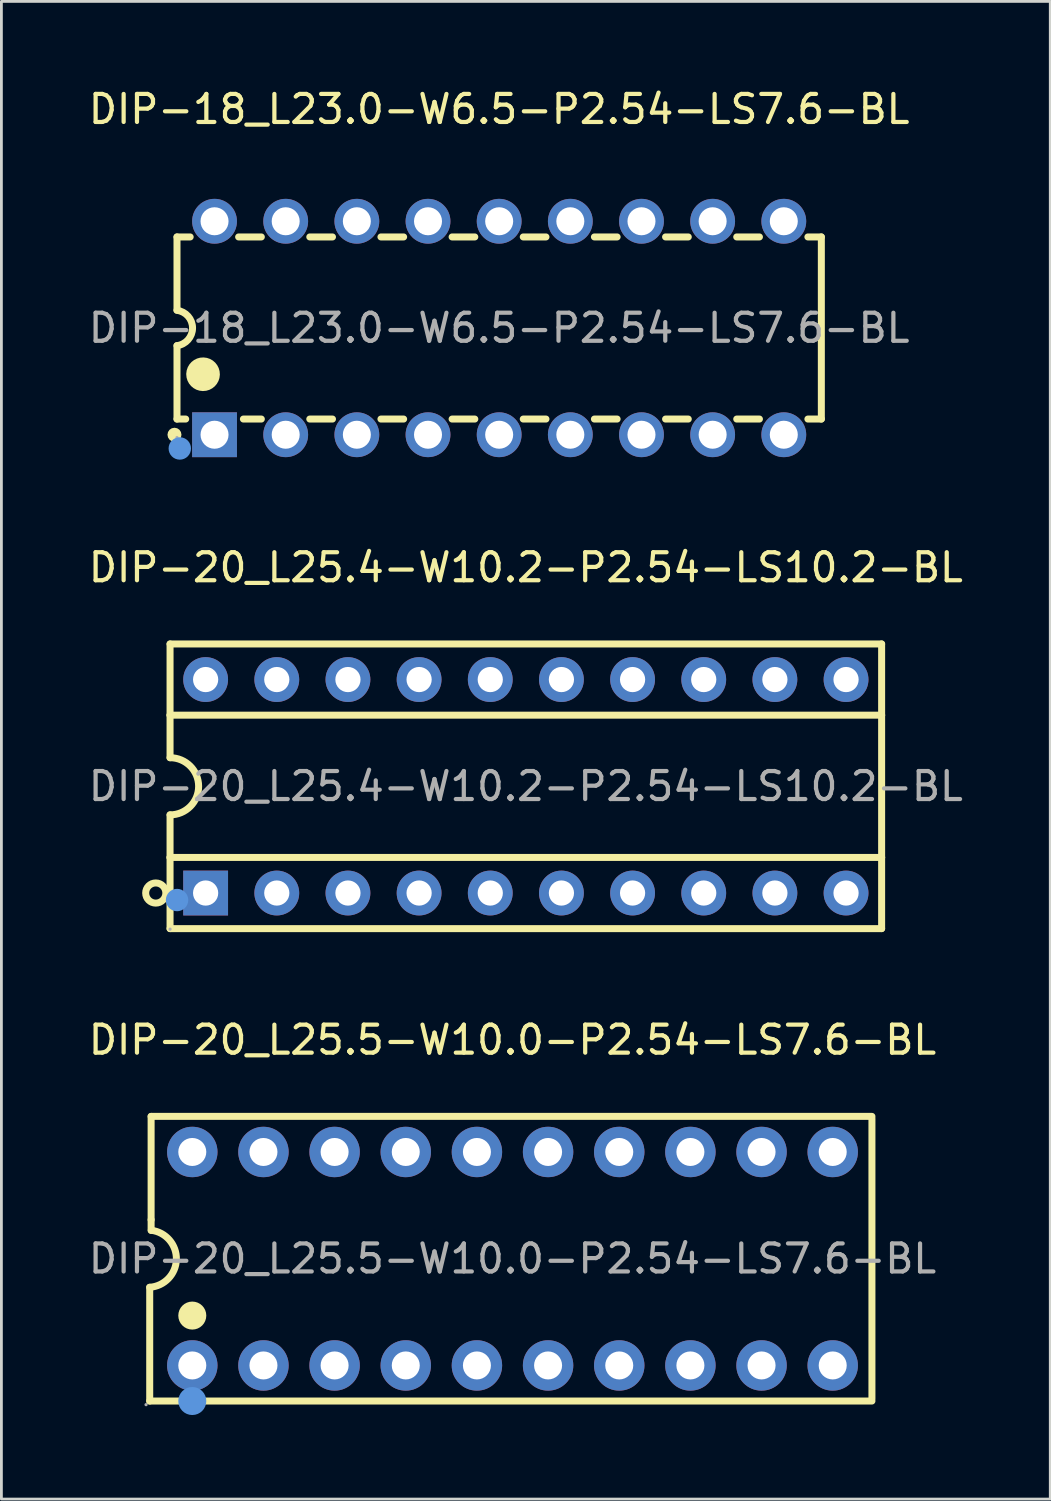
<source format=kicad_pcb>
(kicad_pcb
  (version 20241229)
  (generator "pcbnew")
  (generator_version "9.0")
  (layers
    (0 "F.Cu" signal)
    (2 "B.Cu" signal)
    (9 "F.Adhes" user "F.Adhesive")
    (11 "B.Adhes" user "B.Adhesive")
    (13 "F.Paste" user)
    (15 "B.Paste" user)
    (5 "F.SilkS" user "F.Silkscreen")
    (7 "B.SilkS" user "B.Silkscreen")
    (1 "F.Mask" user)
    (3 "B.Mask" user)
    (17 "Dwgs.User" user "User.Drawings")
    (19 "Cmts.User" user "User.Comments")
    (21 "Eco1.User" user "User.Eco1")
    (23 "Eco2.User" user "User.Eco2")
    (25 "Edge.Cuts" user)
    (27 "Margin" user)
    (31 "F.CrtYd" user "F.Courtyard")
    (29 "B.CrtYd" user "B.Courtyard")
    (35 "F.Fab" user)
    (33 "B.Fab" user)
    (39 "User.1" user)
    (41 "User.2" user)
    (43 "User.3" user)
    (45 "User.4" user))
  (footprint "DIP-20_L25.5-W10.0-P2.54-LS7.6-BL"
    (layer "F.Cu")
    (at 15.244 41.88)
    (property "Reference" "DIP-20_L25.5-W10.0-P2.54-LS7.6-BL" (at 0 -7.81 0) (layer "F.SilkS") (effects (font (size 1 1) (thickness 0.15))))
    (attr through_hole)
    (fp_line (start -12.95 5.08) (end -12.95 1.02) (stroke (width 0.25) (type solid)) (layer "F.SilkS"))
    (fp_line (start -12.95 5.08) (end 12.83 5.08) (stroke (width 0.25) (type solid)) (layer "F.SilkS"))
    (fp_line (start -12.9 -5.08) (end -12.9 -1.39) (stroke (width 0.25) (type solid)) (layer "F.SilkS"))
    (fp_line (start -12.9 -5.08) (end 12.83 -5.08) (stroke (width 0.25) (type solid)) (layer "F.SilkS"))
    (fp_line (start -12.9 -1.39) (end -12.9 -1.01) (stroke (width 0.25) (type solid)) (layer "F.SilkS"))
    (fp_line (start 12.83 -5) (end 12.83 5) (stroke (width 0.25) (type solid)) (layer "F.SilkS"))
    (fp_arc (start -12.894089 -1.014616) (mid -11.997987 0.028085) (end -12.95 1.02) (stroke (width 0.25) (type solid)) (layer "F.SilkS"))
    (fp_circle (center -11.43 2.03) (end -11.18 2.03) (stroke (width 0.5) (type solid)) (fill no) (layer "F.SilkS"))
    (fp_circle (center -11.43 5.08) (end -11.18 5.08) (stroke (width 0.5) (type solid)) (fill no) (layer "Cmts.User"))
    (fp_circle (center -13.08 5.21) (end -13.05 5.21) (stroke (width 0.06) (type solid)) (fill no) (layer "F.Fab"))
    (fp_circle (center -11.43 -3.81) (end -11.23 -3.81) (stroke (width 0.4) (type solid)) (fill no) (layer "F.Fab"))
    (fp_circle (center -11.43 3.81) (end -11.23 3.81) (stroke (width 0.4) (type solid)) (fill no) (layer "F.Fab"))
    (fp_circle (center -8.89 -3.81) (end -8.69 -3.81) (stroke (width 0.4) (type solid)) (fill no) (layer "F.Fab"))
    (fp_circle (center -8.89 3.81) (end -8.69 3.81) (stroke (width 0.4) (type solid)) (fill no) (layer "F.Fab"))
    (fp_circle (center -6.35 -3.81) (end -6.15 -3.81) (stroke (width 0.4) (type solid)) (fill no) (layer "F.Fab"))
    (fp_circle (center -6.35 3.81) (end -6.15 3.81) (stroke (width 0.4) (type solid)) (fill no) (layer "F.Fab"))
    (fp_circle (center -3.81 -3.81) (end -3.61 -3.81) (stroke (width 0.4) (type solid)) (fill no) (layer "F.Fab"))
    (fp_circle (center -3.81 3.81) (end -3.61 3.81) (stroke (width 0.4) (type solid)) (fill no) (layer "F.Fab"))
    (fp_circle (center -1.27 -3.81) (end -1.07 -3.81) (stroke (width 0.4) (type solid)) (fill no) (layer "F.Fab"))
    (fp_circle (center -1.27 3.81) (end -1.07 3.81) (stroke (width 0.4) (type solid)) (fill no) (layer "F.Fab"))
    (fp_circle (center 1.27 -3.81) (end 1.47 -3.81) (stroke (width 0.4) (type solid)) (fill no) (layer "F.Fab"))
    (fp_circle (center 1.27 3.81) (end 1.47 3.81) (stroke (width 0.4) (type solid)) (fill no) (layer "F.Fab"))
    (fp_circle (center 3.81 -3.81) (end 4.01 -3.81) (stroke (width 0.4) (type solid)) (fill no) (layer "F.Fab"))
    (fp_circle (center 3.81 3.81) (end 4.01 3.81) (stroke (width 0.4) (type solid)) (fill no) (layer "F.Fab"))
    (fp_circle (center 6.35 -3.81) (end 6.55 -3.81) (stroke (width 0.4) (type solid)) (fill no) (layer "F.Fab"))
    (fp_circle (center 6.35 3.81) (end 6.55 3.81) (stroke (width 0.4) (type solid)) (fill no) (layer "F.Fab"))
    (fp_circle (center 8.89 -3.81) (end 9.09 -3.81) (stroke (width 0.4) (type solid)) (fill no) (layer "F.Fab"))
    (fp_circle (center 8.89 3.81) (end 9.09 3.81) (stroke (width 0.4) (type solid)) (fill no) (layer "F.Fab"))
    (fp_circle (center 11.43 -3.81) (end 11.63 -3.81) (stroke (width 0.4) (type solid)) (fill no) (layer "F.Fab"))
    (fp_circle (center 11.43 3.81) (end 11.63 3.81) (stroke (width 0.4) (type solid)) (fill no) (layer "F.Fab"))
    (fp_text user "${REFERENCE}" (at 0 0 0) (layer "F.Fab") (effects (font (size 1 1) (thickness 0.15))))
    (pad "1" thru_hole circle (at -11.43 3.81) (size 1.8 1.8) (drill 1) (layers "*.Cu" "*.Paste" "*.Mask"))
    (pad "2" thru_hole circle (at -8.89 3.81) (size 1.8 1.8) (drill 1) (layers "*.Cu" "*.Paste" "*.Mask"))
    (pad "3" thru_hole circle (at -6.35 3.81) (size 1.8 1.8) (drill 1) (layers "*.Cu" "*.Paste" "*.Mask"))
    (pad "4" thru_hole circle (at -3.81 3.81) (size 1.8 1.8) (drill 1) (layers "*.Cu" "*.Paste" "*.Mask"))
    (pad "5" thru_hole circle (at -1.27 3.81) (size 1.8 1.8) (drill 1) (layers "*.Cu" "*.Paste" "*.Mask"))
    (pad "6" thru_hole circle (at 1.27 3.81) (size 1.8 1.8) (drill 1) (layers "*.Cu" "*.Paste" "*.Mask"))
    (pad "7" thru_hole circle (at 3.81 3.81) (size 1.8 1.8) (drill 1) (layers "*.Cu" "*.Paste" "*.Mask"))
    (pad "8" thru_hole circle (at 6.35 3.81) (size 1.8 1.8) (drill 1) (layers "*.Cu" "*.Paste" "*.Mask"))
    (pad "9" thru_hole circle (at 8.89 3.81) (size 1.8 1.8) (drill 1) (layers "*.Cu" "*.Paste" "*.Mask"))
    (pad "10" thru_hole circle (at 11.43 3.81) (size 1.8 1.8) (drill 1) (layers "*.Cu" "*.Paste" "*.Mask"))
    (pad "11" thru_hole circle (at 11.43 -3.81) (size 1.8 1.8) (drill 1) (layers "*.Cu" "*.Paste" "*.Mask"))
    (pad "12" thru_hole circle (at 8.89 -3.81) (size 1.8 1.8) (drill 1) (layers "*.Cu" "*.Paste" "*.Mask"))
    (pad "13" thru_hole circle (at 6.35 -3.81) (size 1.8 1.8) (drill 1) (layers "*.Cu" "*.Paste" "*.Mask"))
    (pad "14" thru_hole circle (at 3.81 -3.81) (size 1.8 1.8) (drill 1) (layers "*.Cu" "*.Paste" "*.Mask"))
    (pad "15" thru_hole circle (at 1.27 -3.81) (size 1.8 1.8) (drill 1) (layers "*.Cu" "*.Paste" "*.Mask"))
    (pad "16" thru_hole circle (at -1.27 -3.81) (size 1.8 1.8) (drill 1) (layers "*.Cu" "*.Paste" "*.Mask"))
    (pad "17" thru_hole circle (at -3.81 -3.81) (size 1.8 1.8) (drill 1) (layers "*.Cu" "*.Paste" "*.Mask"))
    (pad "18" thru_hole circle (at -6.35 -3.81) (size 1.8 1.8) (drill 1) (layers "*.Cu" "*.Paste" "*.Mask"))
    (pad "19" thru_hole circle (at -8.89 -3.81) (size 1.8 1.8) (drill 1) (layers "*.Cu" "*.Paste" "*.Mask"))
    (pad "20" thru_hole circle (at -11.43 -3.81) (size 1.8 1.8) (drill 1) (layers "*.Cu" "*.Paste" "*.Mask")))
  (footprint "DIP-20_L25.4-W10.2-P2.54-LS10.2-BL"
    (layer "F.Cu")
    (at 15.72 25.017)
    (property "Reference" "DIP-20_L25.4-W10.2-P2.54-LS10.2-BL" (at 0 -7.81 0) (layer "F.SilkS") (effects (font (size 1 1) (thickness 0.15))))
    (attr through_hole)
    (fp_line (start -12.7 -5.08) (end -12.7 -2.54) (stroke (width 0.25) (type solid)) (layer "F.SilkS"))
    (fp_line (start -12.7 -2.54) (end -12.7 -1.02) (stroke (width 0.25) (type solid)) (layer "F.SilkS"))
    (fp_line (start -12.7 -2.54) (end 12.7 -2.54) (stroke (width 0.25) (type solid)) (layer "F.SilkS"))
    (fp_line (start -12.7 2.54) (end -12.7 1.02) (stroke (width 0.25) (type solid)) (layer "F.SilkS"))
    (fp_line (start -12.7 2.54) (end 12.7 2.54) (stroke (width 0.25) (type solid)) (layer "F.SilkS"))
    (fp_line (start -12.7 5.08) (end -12.7 2.54) (stroke (width 0.25) (type solid)) (layer "F.SilkS"))
    (fp_line (start -12.7 5.08) (end 12.7 5.08) (stroke (width 0.25) (type solid)) (layer "F.SilkS"))
    (fp_line (start 12.7 -5.08) (end -12.7 -5.08) (stroke (width 0.25) (type solid)) (layer "F.SilkS"))
    (fp_line (start 12.7 -5.08) (end 12.7 -2.54) (stroke (width 0.25) (type solid)) (layer "F.SilkS"))
    (fp_line (start 12.7 -2.54) (end 12.7 2.54) (stroke (width 0.25) (type solid)) (layer "F.SilkS"))
    (fp_line (start 12.7 2.54) (end 12.7 5.08) (stroke (width 0.25) (type solid)) (layer "F.SilkS"))
    (fp_arc (start -12.7 -1.02) (mid -11.68 0) (end -12.7 1.02) (stroke (width 0.25) (type solid)) (layer "F.SilkS"))
    (fp_circle (center -13.21 3.81) (end -12.85 3.81) (stroke (width 0.25) (type solid)) (fill no) (layer "F.SilkS"))
    (fp_circle (center -12.45 4.06) (end -12.25 4.06) (stroke (width 0.4) (type solid)) (fill no) (layer "Cmts.User"))
    (fp_circle (center -12.7 5.1) (end -12.67 5.1) (stroke (width 0.06) (type solid)) (fill no) (layer "F.Fab"))
    (fp_circle (center -11.43 -3.81) (end -11.28 -3.81) (stroke (width 0.3) (type solid)) (fill no) (layer "F.Fab"))
    (fp_circle (center -11.43 3.81) (end -11.28 3.81) (stroke (width 0.3) (type solid)) (fill no) (layer "F.Fab"))
    (fp_circle (center -8.89 -3.81) (end -8.74 -3.81) (stroke (width 0.3) (type solid)) (fill no) (layer "F.Fab"))
    (fp_circle (center -8.89 3.81) (end -8.74 3.81) (stroke (width 0.3) (type solid)) (fill no) (layer "F.Fab"))
    (fp_circle (center -6.35 -3.81) (end -6.2 -3.81) (stroke (width 0.3) (type solid)) (fill no) (layer "F.Fab"))
    (fp_circle (center -6.35 3.81) (end -6.2 3.81) (stroke (width 0.3) (type solid)) (fill no) (layer "F.Fab"))
    (fp_circle (center -3.81 -3.81) (end -3.66 -3.81) (stroke (width 0.3) (type solid)) (fill no) (layer "F.Fab"))
    (fp_circle (center -3.81 3.81) (end -3.66 3.81) (stroke (width 0.3) (type solid)) (fill no) (layer "F.Fab"))
    (fp_circle (center -1.27 -3.81) (end -1.12 -3.81) (stroke (width 0.3) (type solid)) (fill no) (layer "F.Fab"))
    (fp_circle (center -1.27 3.81) (end -1.12 3.81) (stroke (width 0.3) (type solid)) (fill no) (layer "F.Fab"))
    (fp_circle (center 1.27 -3.81) (end 1.42 -3.81) (stroke (width 0.3) (type solid)) (fill no) (layer "F.Fab"))
    (fp_circle (center 1.27 3.81) (end 1.42 3.81) (stroke (width 0.3) (type solid)) (fill no) (layer "F.Fab"))
    (fp_circle (center 3.81 -3.81) (end 3.96 -3.81) (stroke (width 0.3) (type solid)) (fill no) (layer "F.Fab"))
    (fp_circle (center 3.81 3.81) (end 3.96 3.81) (stroke (width 0.3) (type solid)) (fill no) (layer "F.Fab"))
    (fp_circle (center 6.35 -3.81) (end 6.5 -3.81) (stroke (width 0.3) (type solid)) (fill no) (layer "F.Fab"))
    (fp_circle (center 6.35 3.81) (end 6.5 3.81) (stroke (width 0.3) (type solid)) (fill no) (layer "F.Fab"))
    (fp_circle (center 8.89 -3.81) (end 9.04 -3.81) (stroke (width 0.3) (type solid)) (fill no) (layer "F.Fab"))
    (fp_circle (center 8.89 3.81) (end 9.04 3.81) (stroke (width 0.3) (type solid)) (fill no) (layer "F.Fab"))
    (fp_circle (center 11.43 -3.81) (end 11.58 -3.81) (stroke (width 0.3) (type solid)) (fill no) (layer "F.Fab"))
    (fp_circle (center 11.43 3.81) (end 11.58 3.81) (stroke (width 0.3) (type solid)) (fill no) (layer "F.Fab"))
    (fp_text user "${REFERENCE}" (at 0 0 0) (layer "F.Fab") (effects (font (size 1 1) (thickness 0.15))))
    (pad "1" thru_hole rect (at -11.43 3.81) (size 1.6 1.6) (drill 0.9) (layers "*.Cu" "*.Paste" "*.Mask"))
    (pad "2" thru_hole circle (at -8.89 3.81) (size 1.6 1.6) (drill 0.9) (layers "*.Cu" "*.Paste" "*.Mask"))
    (pad "3" thru_hole circle (at -6.35 3.81) (size 1.6 1.6) (drill 0.9) (layers "*.Cu" "*.Paste" "*.Mask"))
    (pad "4" thru_hole circle (at -3.81 3.81) (size 1.6 1.6) (drill 0.9) (layers "*.Cu" "*.Paste" "*.Mask"))
    (pad "5" thru_hole circle (at -1.27 3.81) (size 1.6 1.6) (drill 0.9) (layers "*.Cu" "*.Paste" "*.Mask"))
    (pad "6" thru_hole circle (at 1.27 3.81) (size 1.6 1.6) (drill 0.9) (layers "*.Cu" "*.Paste" "*.Mask"))
    (pad "7" thru_hole circle (at 3.81 3.81) (size 1.6 1.6) (drill 0.9) (layers "*.Cu" "*.Paste" "*.Mask"))
    (pad "8" thru_hole circle (at 6.35 3.81) (size 1.6 1.6) (drill 0.9) (layers "*.Cu" "*.Paste" "*.Mask"))
    (pad "9" thru_hole circle (at 8.89 3.81) (size 1.6 1.6) (drill 0.9) (layers "*.Cu" "*.Paste" "*.Mask"))
    (pad "10" thru_hole circle (at 11.43 3.81) (size 1.6 1.6) (drill 0.9) (layers "*.Cu" "*.Paste" "*.Mask"))
    (pad "11" thru_hole circle (at 11.43 -3.81) (size 1.6 1.6) (drill 0.9) (layers "*.Cu" "*.Paste" "*.Mask"))
    (pad "12" thru_hole circle (at 8.89 -3.81) (size 1.6 1.6) (drill 0.9) (layers "*.Cu" "*.Paste" "*.Mask"))
    (pad "13" thru_hole circle (at 6.35 -3.81) (size 1.6 1.6) (drill 0.9) (layers "*.Cu" "*.Paste" "*.Mask"))
    (pad "14" thru_hole circle (at 3.81 -3.81) (size 1.6 1.6) (drill 0.9) (layers "*.Cu" "*.Paste" "*.Mask"))
    (pad "15" thru_hole circle (at 1.27 -3.81) (size 1.6 1.6) (drill 0.9) (layers "*.Cu" "*.Paste" "*.Mask"))
    (pad "16" thru_hole circle (at -1.27 -3.81) (size 1.6 1.6) (drill 0.9) (layers "*.Cu" "*.Paste" "*.Mask"))
    (pad "17" thru_hole circle (at -3.81 -3.81) (size 1.6 1.6) (drill 0.9) (layers "*.Cu" "*.Paste" "*.Mask"))
    (pad "18" thru_hole circle (at -6.35 -3.81) (size 1.6 1.6) (drill 0.9) (layers "*.Cu" "*.Paste" "*.Mask"))
    (pad "19" thru_hole circle (at -8.89 -3.81) (size 1.6 1.6) (drill 0.9) (layers "*.Cu" "*.Paste" "*.Mask"))
    (pad "20" thru_hole circle (at -11.43 -3.81) (size 1.6 1.6) (drill 0.9) (layers "*.Cu" "*.Paste" "*.Mask")))
  (footprint "DIP-18_L23.0-W6.5-P2.54-LS7.6-BL"
    (layer "F.Cu")
    (at 14.768 8.658)
    (property "Reference" "DIP-18_L23.0-W6.5-P2.54-LS7.6-BL" (at 0 -7.81 0) (layer "F.SilkS") (effects (font (size 1 1) (thickness 0.15))))
    (attr through_hole)
    (fp_line (start -11.5 -3.25) (end -11.5 -0.64) (stroke (width 0.25) (type solid)) (layer "F.SilkS"))
    (fp_line (start -11.5 3.25) (end -11.5 0.63) (stroke (width 0.25) (type solid)) (layer "F.SilkS"))
    (fp_line (start -11.5 3.25) (end -11.19 3.25) (stroke (width 0.25) (type solid)) (layer "F.SilkS"))
    (fp_line (start -11.03 -3.25) (end -11.5 -3.25) (stroke (width 0.25) (type solid)) (layer "F.SilkS"))
    (fp_line (start -9.13 3.25) (end -8.49 3.25) (stroke (width 0.25) (type solid)) (layer "F.SilkS"))
    (fp_line (start -8.49 -3.25) (end -9.3 -3.25) (stroke (width 0.25) (type solid)) (layer "F.SilkS"))
    (fp_line (start -6.76 3.25) (end -5.95 3.25) (stroke (width 0.25) (type solid)) (layer "F.SilkS"))
    (fp_line (start -5.95 -3.25) (end -6.76 -3.25) (stroke (width 0.25) (type solid)) (layer "F.SilkS"))
    (fp_line (start -4.22 3.25) (end -3.41 3.25) (stroke (width 0.25) (type solid)) (layer "F.SilkS"))
    (fp_line (start -3.41 -3.25) (end -4.22 -3.25) (stroke (width 0.25) (type solid)) (layer "F.SilkS"))
    (fp_line (start -1.68 3.25) (end -0.87 3.25) (stroke (width 0.25) (type solid)) (layer "F.SilkS"))
    (fp_line (start -0.87 -3.25) (end -1.68 -3.25) (stroke (width 0.25) (type solid)) (layer "F.SilkS"))
    (fp_line (start 0.86 3.25) (end 1.67 3.25) (stroke (width 0.25) (type solid)) (layer "F.SilkS"))
    (fp_line (start 1.67 -3.25) (end 0.86 -3.25) (stroke (width 0.25) (type solid)) (layer "F.SilkS"))
    (fp_line (start 3.4 3.25) (end 4.21 3.25) (stroke (width 0.25) (type solid)) (layer "F.SilkS"))
    (fp_line (start 4.21 -3.25) (end 3.4 -3.25) (stroke (width 0.25) (type solid)) (layer "F.SilkS"))
    (fp_line (start 5.94 3.25) (end 6.75 3.25) (stroke (width 0.25) (type solid)) (layer "F.SilkS"))
    (fp_line (start 6.75 -3.25) (end 5.94 -3.25) (stroke (width 0.25) (type solid)) (layer "F.SilkS"))
    (fp_line (start 8.48 3.25) (end 9.29 3.25) (stroke (width 0.25) (type solid)) (layer "F.SilkS"))
    (fp_line (start 9.29 -3.25) (end 8.48 -3.25) (stroke (width 0.25) (type solid)) (layer "F.SilkS"))
    (fp_line (start 11.02 3.25) (end 11.5 3.25) (stroke (width 0.25) (type solid)) (layer "F.SilkS"))
    (fp_line (start 11.5 -3.25) (end 11.02 -3.25) (stroke (width 0.25) (type solid)) (layer "F.SilkS"))
    (fp_line (start 11.5 -3.25) (end 11.5 3.25) (stroke (width 0.25) (type solid)) (layer "F.SilkS"))
    (fp_arc (start -11.59 3.81) (mid -11.59 3.81) (end -11.59 3.81) (stroke (width 0.25) (type solid)) (layer "F.SilkS"))
    (fp_arc (start -11.501582 -0.630199) (mid -10.944941 -0.000797) (end -11.5 0.63) (stroke (width 0.25) (type solid)) (layer "F.SilkS"))
    (fp_arc (start -10.87 1.64) (mid -10.269875 1.654999) (end -10.870167 1.650004) (stroke (width 0.6) (type solid)) (layer "F.SilkS"))
    (fp_circle (center -11.4 4.3) (end -11.2 4.3) (stroke (width 0.4) (type solid)) (fill no) (layer "Cmts.User"))
    (fp_circle (center -11.5 3.91) (end -11.47 3.91) (stroke (width 0.06) (type solid)) (fill no) (layer "F.Fab"))
    (fp_text user "${REFERENCE}" (at 0 0 0) (layer "F.Fab") (effects (font (size 1 1) (thickness 0.15))))
    (pad "1" thru_hole rect (at -10.16 3.81 90) (size 1.6 1.6) (drill 1) (layers "*.Cu" "*.Paste" "*.Mask"))
    (pad "2" thru_hole oval (at -7.62 3.81 90) (size 1.6 1.6) (drill 1) (layers "*.Cu" "*.Paste" "*.Mask"))
    (pad "3" thru_hole oval (at -5.08 3.81 90) (size 1.6 1.6) (drill 1) (layers "*.Cu" "*.Paste" "*.Mask"))
    (pad "4" thru_hole oval (at -2.54 3.81 90) (size 1.6 1.6) (drill 1) (layers "*.Cu" "*.Paste" "*.Mask"))
    (pad "5" thru_hole oval (at 0 3.81 90) (size 1.6 1.6) (drill 1) (layers "*.Cu" "*.Paste" "*.Mask"))
    (pad "6" thru_hole oval (at 2.54 3.81 90) (size 1.6 1.6) (drill 1) (layers "*.Cu" "*.Paste" "*.Mask"))
    (pad "7" thru_hole oval (at 5.08 3.81 90) (size 1.6 1.6) (drill 1) (layers "*.Cu" "*.Paste" "*.Mask"))
    (pad "8" thru_hole oval (at 7.62 3.81 90) (size 1.6 1.6) (drill 1) (layers "*.Cu" "*.Paste" "*.Mask"))
    (pad "9" thru_hole oval (at 10.16 3.81 90) (size 1.6 1.6) (drill 1) (layers "*.Cu" "*.Paste" "*.Mask"))
    (pad "10" thru_hole oval (at 10.16 -3.81 90) (size 1.6 1.6) (drill 1) (layers "*.Cu" "*.Paste" "*.Mask"))
    (pad "11" thru_hole oval (at 7.62 -3.81 90) (size 1.6 1.6) (drill 1) (layers "*.Cu" "*.Paste" "*.Mask"))
    (pad "12" thru_hole oval (at 5.08 -3.81 90) (size 1.6 1.6) (drill 1) (layers "*.Cu" "*.Paste" "*.Mask"))
    (pad "13" thru_hole oval (at 2.54 -3.81 90) (size 1.6 1.6) (drill 1) (layers "*.Cu" "*.Paste" "*.Mask"))
    (pad "14" thru_hole oval (at 0 -3.81 90) (size 1.6 1.6) (drill 1) (layers "*.Cu" "*.Paste" "*.Mask"))
    (pad "15" thru_hole oval (at -2.54 -3.81 90) (size 1.6 1.6) (drill 1) (layers "*.Cu" "*.Paste" "*.Mask"))
    (pad "16" thru_hole oval (at -5.08 -3.81 90) (size 1.6 1.6) (drill 1) (layers "*.Cu" "*.Paste" "*.Mask"))
    (pad "17" thru_hole oval (at -7.62 -3.81 90) (size 1.6 1.6) (drill 1) (layers "*.Cu" "*.Paste" "*.Mask"))
    (pad "18" thru_hole oval (at -10.16 -3.81 90) (size 1.6 1.6) (drill 1) (layers "*.Cu" "*.Paste" "*.Mask")))
  (gr_rect
    (start -3 -3)
    (end 34.44 50.46)
    (stroke (width 0.1) (type default))
    (fill no)
    (layer "Edge.Cuts")))
</source>
